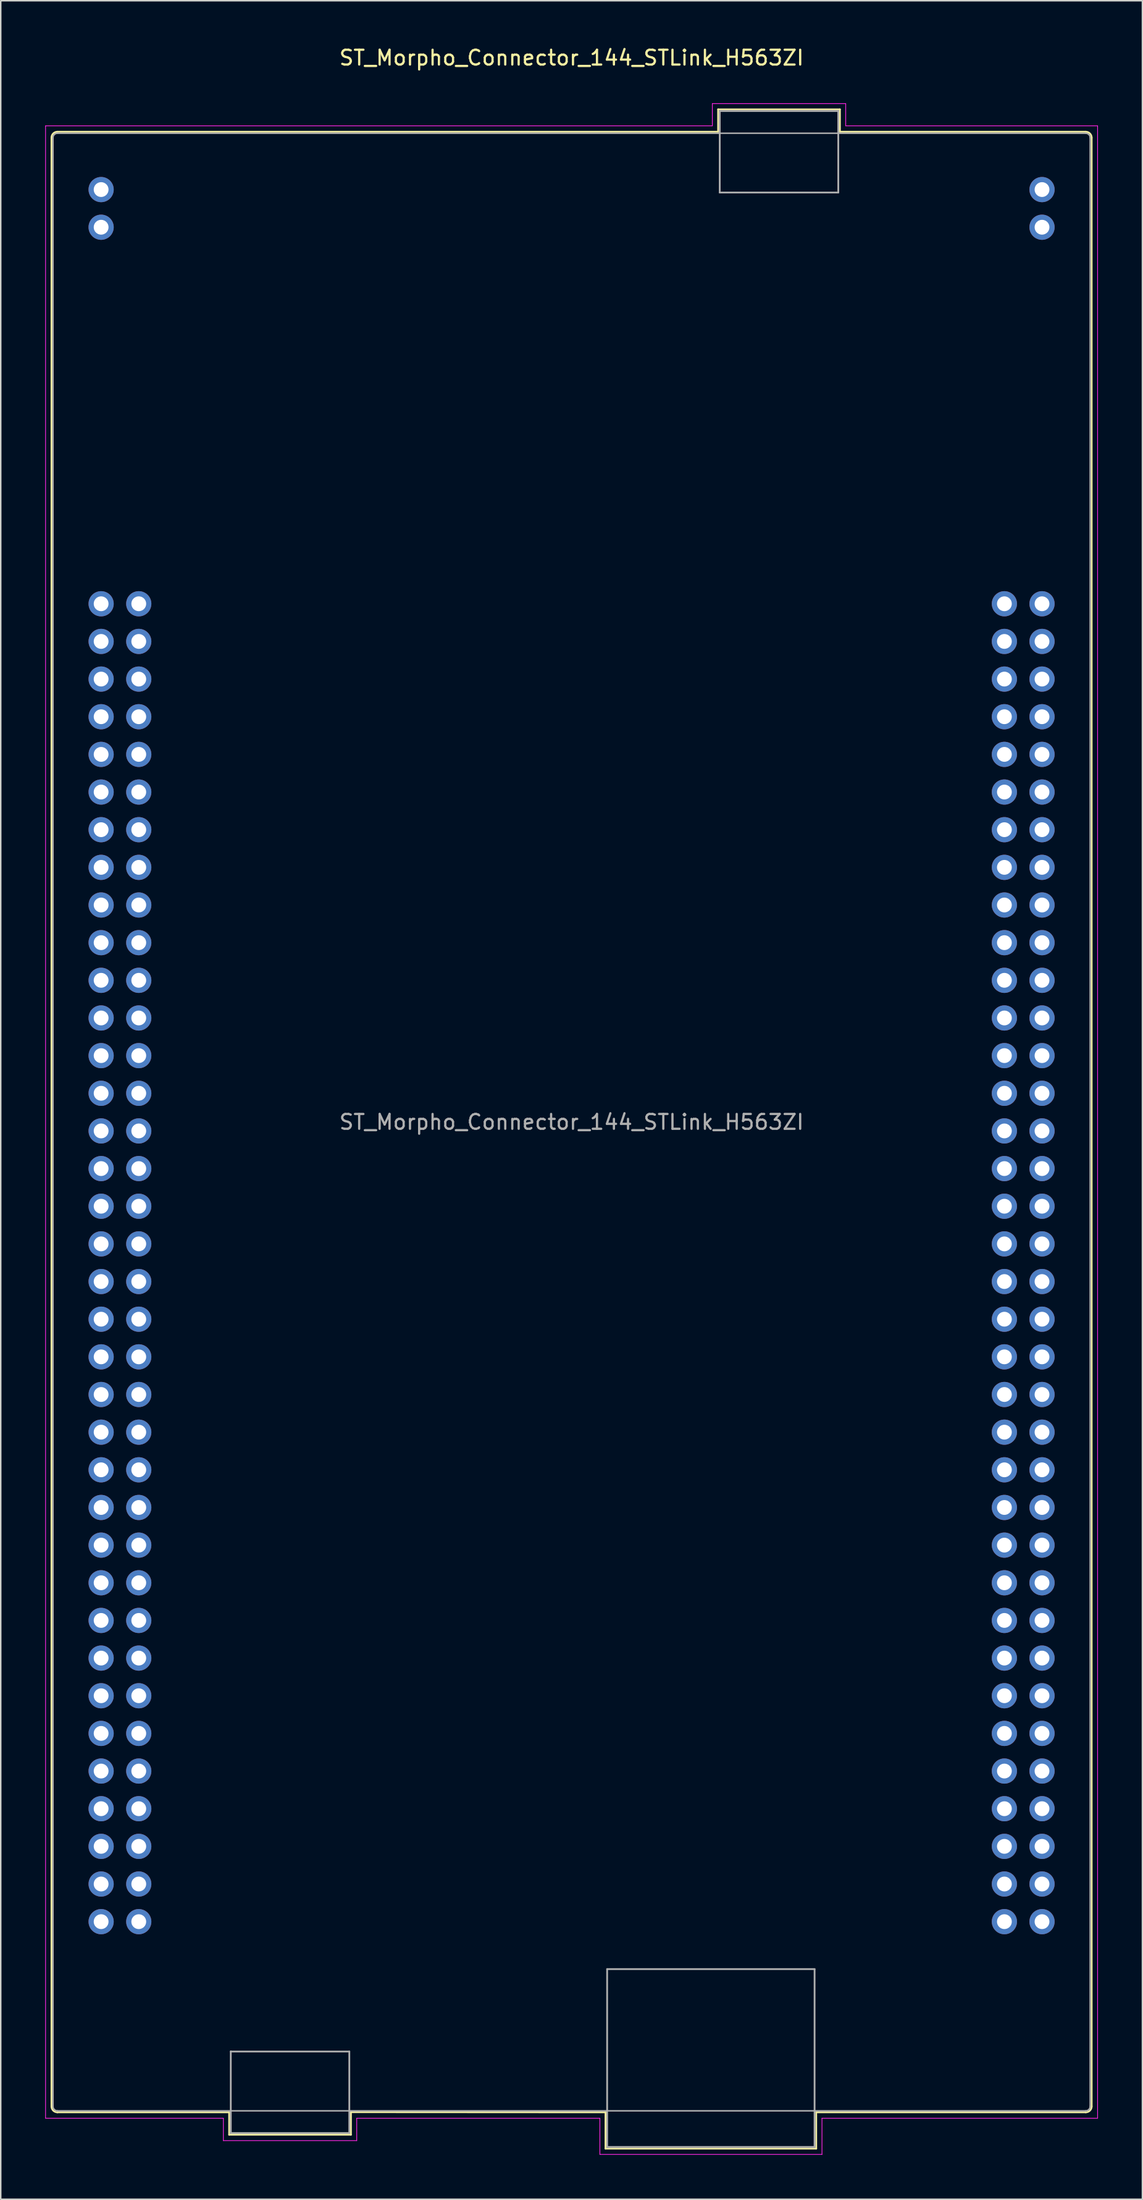
<source format=kicad_pcb>
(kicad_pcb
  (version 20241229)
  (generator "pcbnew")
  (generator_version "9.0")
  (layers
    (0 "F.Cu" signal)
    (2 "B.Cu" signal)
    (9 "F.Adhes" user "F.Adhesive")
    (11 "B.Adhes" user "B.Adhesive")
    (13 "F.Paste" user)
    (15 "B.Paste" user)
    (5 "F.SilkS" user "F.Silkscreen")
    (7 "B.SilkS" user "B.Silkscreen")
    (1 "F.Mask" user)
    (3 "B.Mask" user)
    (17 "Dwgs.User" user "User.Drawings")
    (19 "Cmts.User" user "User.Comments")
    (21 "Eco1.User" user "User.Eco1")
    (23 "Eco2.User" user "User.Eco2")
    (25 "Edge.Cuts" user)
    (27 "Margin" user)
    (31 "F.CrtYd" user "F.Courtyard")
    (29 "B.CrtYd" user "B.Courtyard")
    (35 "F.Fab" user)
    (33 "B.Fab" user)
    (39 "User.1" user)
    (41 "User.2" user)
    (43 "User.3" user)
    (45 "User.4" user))
  (footprint "ST_Morpho_Connector_144_STLink_H563ZI"
    (layer "F.Cu")
    (at 3.775 37.678)
    (property "Reference" "ST_Morpho_Connector_144_STLink_H563ZI" (at 31.75 -36.83 0) (layer "F.SilkS") (effects (font (size 1 1) (thickness 0.15))))
    (attr through_hole)
    (fp_line (start -3.35 -31.44) (end -3.35 101.36) (stroke (width 0.12) (type solid)) (layer "F.SilkS"))
    (fp_line (start 8.64 101.76) (end -2.95 101.76) (stroke (width 0.12) (type solid)) (layer "F.SilkS"))
    (fp_line (start 8.64 101.76) (end 8.64 103.27) (stroke (width 0.12) (type solid)) (layer "F.SilkS"))
    (fp_line (start 8.64 103.27) (end 16.86 103.27) (stroke (width 0.12) (type solid)) (layer "F.SilkS"))
    (fp_line (start 16.86 103.27) (end 16.86 101.75) (stroke (width 0.12) (type solid)) (layer "F.SilkS"))
    (fp_line (start 34.04 101.76) (end 16.86 101.75) (stroke (width 0.12) (type solid)) (layer "F.SilkS"))
    (fp_line (start 34.04 104.21) (end 34.04 101.76) (stroke (width 0.12) (type solid)) (layer "F.SilkS"))
    (fp_line (start 41.64 -33.35) (end 49.86 -33.35) (stroke (width 0.12) (type solid)) (layer "F.SilkS"))
    (fp_line (start 41.64 -31.84) (end -2.95 -31.84) (stroke (width 0.12) (type solid)) (layer "F.SilkS"))
    (fp_line (start 41.64 -31.84) (end 41.64 -33.35) (stroke (width 0.12) (type solid)) (layer "F.SilkS"))
    (fp_line (start 48.26 101.76) (end 48.26 104.21) (stroke (width 0.12) (type solid)) (layer "F.SilkS"))
    (fp_line (start 48.26 101.76) (end 66.45 101.76) (stroke (width 0.12) (type solid)) (layer "F.SilkS"))
    (fp_line (start 48.26 104.21) (end 34.04 104.21) (stroke (width 0.12) (type solid)) (layer "F.SilkS"))
    (fp_line (start 49.86 -33.35) (end 49.86 -31.84) (stroke (width 0.12) (type solid)) (layer "F.SilkS"))
    (fp_line (start 49.86 -31.84) (end 66.45 -31.84) (stroke (width 0.12) (type solid)) (layer "F.SilkS"))
    (fp_line (start 66.85 101.36) (end 66.85 -31.44) (stroke (width 0.12) (type solid)) (layer "F.SilkS"))
    (fp_arc (start -3.35 -31.44) (mid -3.232843 -31.722843) (end -2.95 -31.84) (stroke (width 0.12) (type solid)) (layer "F.SilkS"))
    (fp_arc (start -2.95 101.76) (mid -3.232843 101.642843) (end -3.35 101.36) (stroke (width 0.12) (type solid)) (layer "F.SilkS"))
    (fp_arc (start 66.45 -31.84) (mid 66.732843 -31.722843) (end 66.85 -31.44) (stroke (width 0.12) (type solid)) (layer "F.SilkS"))
    (fp_arc (start 66.85 101.36) (mid 66.732843 101.642843) (end 66.45 101.76) (stroke (width 0.12) (type solid)) (layer "F.SilkS"))
    (fp_line (start -3.75 -32.24) (end -3.75 102.16) (stroke (width 0.05) (type solid)) (layer "F.CrtYd"))
    (fp_line (start -3.75 102.16) (end 8.25 102.16) (stroke (width 0.05) (type solid)) (layer "F.CrtYd"))
    (fp_line (start 8.25 102.16) (end 8.25 103.67) (stroke (width 0.05) (type solid)) (layer "F.CrtYd"))
    (fp_line (start 8.25 103.67) (end 17.25 103.67) (stroke (width 0.05) (type solid)) (layer "F.CrtYd"))
    (fp_line (start 17.25 102.16) (end 17.25 103.67) (stroke (width 0.05) (type solid)) (layer "F.CrtYd"))
    (fp_line (start 17.25 102.16) (end 33.66 102.16) (stroke (width 0.05) (type solid)) (layer "F.CrtYd"))
    (fp_line (start 33.66 104.6) (end 33.66 102.16) (stroke (width 0.05) (type solid)) (layer "F.CrtYd"))
    (fp_line (start 33.66 104.6) (end 48.65 104.6) (stroke (width 0.05) (type solid)) (layer "F.CrtYd"))
    (fp_line (start 41.25 -33.74) (end 50.25 -33.74) (stroke (width 0.05) (type solid)) (layer "F.CrtYd"))
    (fp_line (start 41.25 -32.24) (end -3.75 -32.24) (stroke (width 0.05) (type solid)) (layer "F.CrtYd"))
    (fp_line (start 41.25 -32.24) (end 41.25 -33.74) (stroke (width 0.05) (type solid)) (layer "F.CrtYd"))
    (fp_line (start 48.65 102.16) (end 48.65 104.6) (stroke (width 0.05) (type solid)) (layer "F.CrtYd"))
    (fp_line (start 50.25 -32.24) (end 50.25 -33.74) (stroke (width 0.05) (type solid)) (layer "F.CrtYd"))
    (fp_line (start 50.25 -32.24) (end 67.25 -32.24) (stroke (width 0.05) (type solid)) (layer "F.CrtYd"))
    (fp_line (start 67.25 102.16) (end 48.65 102.16) (stroke (width 0.05) (type solid)) (layer "F.CrtYd"))
    (fp_line (start 67.25 102.16) (end 67.25 -32.24) (stroke (width 0.05) (type solid)) (layer "F.CrtYd"))
    (fp_line (start -3.25 101.36) (end -3.25 -31.44) (stroke (width 0.1) (type solid)) (layer "F.Fab"))
    (fp_line (start 8.75 97.66) (end 16.75 97.66) (stroke (width 0.12) (type solid)) (layer "F.Fab"))
    (fp_line (start 8.75 103.16) (end 8.75 97.65) (stroke (width 0.12) (type solid)) (layer "F.Fab"))
    (fp_line (start 8.75 103.16) (end 16.75 103.16) (stroke (width 0.12) (type solid)) (layer "F.Fab"))
    (fp_line (start 16.75 97.66) (end 16.75 103.16) (stroke (width 0.12) (type solid)) (layer "F.Fab"))
    (fp_line (start 34.15 92.1) (end 48.15 92.1) (stroke (width 0.12) (type solid)) (layer "F.Fab"))
    (fp_line (start 34.15 104.1) (end 34.15 92.1) (stroke (width 0.12) (type solid)) (layer "F.Fab"))
    (fp_line (start 34.15 104.1) (end 48.15 104.1) (stroke (width 0.12) (type solid)) (layer "F.Fab"))
    (fp_line (start 41.75 -33.24) (end 49.75 -33.24) (stroke (width 0.12) (type solid)) (layer "F.Fab"))
    (fp_line (start 41.75 -27.74) (end 41.75 -33.24) (stroke (width 0.12) (type solid)) (layer "F.Fab"))
    (fp_line (start 41.75 -27.74) (end 49.75 -27.74) (stroke (width 0.12) (type solid)) (layer "F.Fab"))
    (fp_line (start 48.15 104.1) (end 48.15 92.1) (stroke (width 0.12) (type solid)) (layer "F.Fab"))
    (fp_line (start 49.75 -33.24) (end 49.75 -27.74) (stroke (width 0.12) (type solid)) (layer "F.Fab"))
    (fp_line (start 66.45 -31.74) (end -2.95 -31.74) (stroke (width 0.1) (type solid)) (layer "F.Fab"))
    (fp_line (start 66.45 101.66) (end -2.95 101.66) (stroke (width 0.1) (type solid)) (layer "F.Fab"))
    (fp_line (start 66.75 101.36) (end 66.75 -31.44) (stroke (width 0.1) (type solid)) (layer "F.Fab"))
    (fp_arc (start -3.25 -31.44) (mid -3.162132 -31.652132) (end -2.95 -31.74) (stroke (width 0.1) (type solid)) (layer "F.Fab"))
    (fp_arc (start -2.95 101.66) (mid -3.162132 101.572132) (end -3.25 101.36) (stroke (width 0.1) (type solid)) (layer "F.Fab"))
    (fp_arc (start 66.45 -31.74) (mid 66.662132 -31.652132) (end 66.75 -31.44) (stroke (width 0.1) (type solid)) (layer "F.Fab"))
    (fp_arc (start 66.75 101.36) (mid 66.662132 101.572132) (end 66.45 101.66) (stroke (width 0.1) (type solid)) (layer "F.Fab"))
    (fp_text user "${REFERENCE}" (at 31.75 34.96 0) (layer "F.Fab") (effects (font (size 1 1) (thickness 0.15))))
    (pad "1" thru_hole circle (at 0 0) (size 1.7 1.7) (drill 1) (layers "*.Cu" "*.Mask"))
    (pad "2" thru_hole circle (at 2.54 0) (size 1.7 1.7) (drill 1) (layers "*.Cu" "*.Mask"))
    (pad "3" thru_hole circle (at 0 2.54) (size 1.7 1.7) (drill 1) (layers "*.Cu" "*.Mask"))
    (pad "4" thru_hole circle (at 2.54 2.54) (size 1.7 1.7) (drill 1) (layers "*.Cu" "*.Mask"))
    (pad "5" thru_hole circle (at 0 5.08) (size 1.7 1.7) (drill 1) (layers "*.Cu" "*.Mask"))
    (pad "6" thru_hole circle (at 2.54 5.08) (size 1.7 1.7) (drill 1) (layers "*.Cu" "*.Mask"))
    (pad "7" thru_hole circle (at 0 7.62) (size 1.7 1.7) (drill 1) (layers "*.Cu" "*.Mask"))
    (pad "8" thru_hole circle (at 2.54 7.62) (size 1.7 1.7) (drill 1) (layers "*.Cu" "*.Mask"))
    (pad "9" thru_hole circle (at 0 10.16) (size 1.7 1.7) (drill 1) (layers "*.Cu" "*.Mask"))
    (pad "10" thru_hole circle (at 2.54 10.16) (size 1.7 1.7) (drill 1) (layers "*.Cu" "*.Mask"))
    (pad "11" thru_hole circle (at 0 12.7) (size 1.7 1.7) (drill 1) (layers "*.Cu" "*.Mask"))
    (pad "12" thru_hole circle (at 2.54 12.7) (size 1.7 1.7) (drill 1) (layers "*.Cu" "*.Mask"))
    (pad "13" thru_hole circle (at 0 15.24) (size 1.7 1.7) (drill 1) (layers "*.Cu" "*.Mask"))
    (pad "14" thru_hole circle (at 2.54 15.24) (size 1.7 1.7) (drill 1) (layers "*.Cu" "*.Mask"))
    (pad "15" thru_hole circle (at 0 17.78) (size 1.7 1.7) (drill 1) (layers "*.Cu" "*.Mask"))
    (pad "16" thru_hole circle (at 2.54 17.78) (size 1.7 1.7) (drill 1) (layers "*.Cu" "*.Mask"))
    (pad "17" thru_hole circle (at 0 20.32) (size 1.7 1.7) (drill 1) (layers "*.Cu" "*.Mask"))
    (pad "18" thru_hole circle (at 2.54 20.32) (size 1.7 1.7) (drill 1) (layers "*.Cu" "*.Mask"))
    (pad "19" thru_hole circle (at 0 22.86) (size 1.7 1.7) (drill 1) (layers "*.Cu" "*.Mask"))
    (pad "20" thru_hole circle (at 2.54 22.86) (size 1.7 1.7) (drill 1) (layers "*.Cu" "*.Mask"))
    (pad "21" thru_hole circle (at 0 25.4) (size 1.7 1.7) (drill 1) (layers "*.Cu" "*.Mask"))
    (pad "22" thru_hole circle (at 2.54 25.4) (size 1.7 1.7) (drill 1) (layers "*.Cu" "*.Mask"))
    (pad "23" thru_hole circle (at 0 27.94) (size 1.7 1.7) (drill 1) (layers "*.Cu" "*.Mask"))
    (pad "24" thru_hole circle (at 2.54 27.94) (size 1.7 1.7) (drill 1) (layers "*.Cu" "*.Mask"))
    (pad "25" thru_hole circle (at 0 30.48) (size 1.7 1.7) (drill 1) (layers "*.Cu" "*.Mask"))
    (pad "26" thru_hole circle (at 2.54 30.48) (size 1.7 1.7) (drill 1) (layers "*.Cu" "*.Mask"))
    (pad "27" thru_hole circle (at 0 33.02) (size 1.7 1.7) (drill 1) (layers "*.Cu" "*.Mask"))
    (pad "28" thru_hole circle (at 2.54 33.02) (size 1.7 1.7) (drill 1) (layers "*.Cu" "*.Mask"))
    (pad "29" thru_hole circle (at 0 35.56) (size 1.7 1.7) (drill 1) (layers "*.Cu" "*.Mask"))
    (pad "30" thru_hole circle (at 2.54 35.56) (size 1.7 1.7) (drill 1) (layers "*.Cu" "*.Mask"))
    (pad "31" thru_hole circle (at 0 38.1) (size 1.7 1.7) (drill 1) (layers "*.Cu" "*.Mask"))
    (pad "32" thru_hole circle (at 2.54 38.1) (size 1.7 1.7) (drill 1) (layers "*.Cu" "*.Mask"))
    (pad "33" thru_hole circle (at 0 40.64) (size 1.7 1.7) (drill 1) (layers "*.Cu" "*.Mask"))
    (pad "34" thru_hole circle (at 2.54 40.64) (size 1.7 1.7) (drill 1) (layers "*.Cu" "*.Mask"))
    (pad "35" thru_hole circle (at 0 43.18) (size 1.7 1.7) (drill 1) (layers "*.Cu" "*.Mask"))
    (pad "36" thru_hole circle (at 2.54 43.18) (size 1.7 1.7) (drill 1) (layers "*.Cu" "*.Mask"))
    (pad "37" thru_hole circle (at 0 45.72) (size 1.7 1.7) (drill 1) (layers "*.Cu" "*.Mask"))
    (pad "38" thru_hole circle (at 2.54 45.72) (size 1.7 1.7) (drill 1) (layers "*.Cu" "*.Mask"))
    (pad "39" thru_hole circle (at 0 48.26) (size 1.7 1.7) (drill 1) (layers "*.Cu" "*.Mask"))
    (pad "40" thru_hole circle (at 2.54 48.26) (size 1.7 1.7) (drill 1) (layers "*.Cu" "*.Mask"))
    (pad "41" thru_hole circle (at 0 50.8) (size 1.7 1.7) (drill 1) (layers "*.Cu" "*.Mask"))
    (pad "42" thru_hole circle (at 2.54 50.8) (size 1.7 1.7) (drill 1) (layers "*.Cu" "*.Mask"))
    (pad "43" thru_hole circle (at 0 53.34) (size 1.7 1.7) (drill 1) (layers "*.Cu" "*.Mask"))
    (pad "44" thru_hole circle (at 2.54 53.34) (size 1.7 1.7) (drill 1) (layers "*.Cu" "*.Mask"))
    (pad "45" thru_hole circle (at 0 55.88) (size 1.7 1.7) (drill 1) (layers "*.Cu" "*.Mask"))
    (pad "46" thru_hole circle (at 2.54 55.88) (size 1.7 1.7) (drill 1) (layers "*.Cu" "*.Mask"))
    (pad "47" thru_hole circle (at 0 58.42) (size 1.7 1.7) (drill 1) (layers "*.Cu" "*.Mask"))
    (pad "48" thru_hole circle (at 2.54 58.42) (size 1.7 1.7) (drill 1) (layers "*.Cu" "*.Mask"))
    (pad "49" thru_hole circle (at 0 60.96) (size 1.7 1.7) (drill 1) (layers "*.Cu" "*.Mask"))
    (pad "50" thru_hole circle (at 2.54 60.96) (size 1.7 1.7) (drill 1) (layers "*.Cu" "*.Mask"))
    (pad "51" thru_hole circle (at 0 63.5) (size 1.7 1.7) (drill 1) (layers "*.Cu" "*.Mask"))
    (pad "52" thru_hole circle (at 2.54 63.5) (size 1.7 1.7) (drill 1) (layers "*.Cu" "*.Mask"))
    (pad "53" thru_hole circle (at 0 66.04) (size 1.7 1.7) (drill 1) (layers "*.Cu" "*.Mask"))
    (pad "54" thru_hole circle (at 2.54 66.04) (size 1.7 1.7) (drill 1) (layers "*.Cu" "*.Mask"))
    (pad "55" thru_hole circle (at 0 68.58) (size 1.7 1.7) (drill 1) (layers "*.Cu" "*.Mask"))
    (pad "56" thru_hole circle (at 2.54 68.58) (size 1.7 1.7) (drill 1) (layers "*.Cu" "*.Mask"))
    (pad "57" thru_hole circle (at 0 71.12) (size 1.7 1.7) (drill 1) (layers "*.Cu" "*.Mask"))
    (pad "58" thru_hole circle (at 2.54 71.12) (size 1.7 1.7) (drill 1) (layers "*.Cu" "*.Mask"))
    (pad "59" thru_hole circle (at 0 73.66) (size 1.7 1.7) (drill 1) (layers "*.Cu" "*.Mask"))
    (pad "60" thru_hole circle (at 2.54 73.66) (size 1.7 1.7) (drill 1) (layers "*.Cu" "*.Mask"))
    (pad "61" thru_hole circle (at 0 76.2) (size 1.7 1.7) (drill 1) (layers "*.Cu" "*.Mask"))
    (pad "62" thru_hole circle (at 2.54 76.2) (size 1.7 1.7) (drill 1) (layers "*.Cu" "*.Mask"))
    (pad "63" thru_hole circle (at 0 78.74) (size 1.7 1.7) (drill 1) (layers "*.Cu" "*.Mask"))
    (pad "64" thru_hole circle (at 2.54 78.74) (size 1.7 1.7) (drill 1) (layers "*.Cu" "*.Mask"))
    (pad "65" thru_hole circle (at 0 81.28) (size 1.7 1.7) (drill 1) (layers "*.Cu" "*.Mask"))
    (pad "66" thru_hole circle (at 2.54 81.28) (size 1.7 1.7) (drill 1) (layers "*.Cu" "*.Mask"))
    (pad "67" thru_hole circle (at 0 83.82) (size 1.7 1.7) (drill 1) (layers "*.Cu" "*.Mask"))
    (pad "68" thru_hole circle (at 2.54 83.82) (size 1.7 1.7) (drill 1) (layers "*.Cu" "*.Mask"))
    (pad "69" thru_hole circle (at 0 86.36) (size 1.7 1.7) (drill 1) (layers "*.Cu" "*.Mask"))
    (pad "70" thru_hole circle (at 2.54 86.36) (size 1.7 1.7) (drill 1) (layers "*.Cu" "*.Mask"))
    (pad "71" thru_hole circle (at 0 88.9) (size 1.7 1.7) (drill 1) (layers "*.Cu" "*.Mask"))
    (pad "72" thru_hole circle (at 2.54 88.9) (size 1.7 1.7) (drill 1) (layers "*.Cu" "*.Mask"))
    (pad "73" thru_hole circle (at 60.96 0) (size 1.7 1.7) (drill 1) (layers "*.Cu" "*.Mask"))
    (pad "74" thru_hole circle (at 63.5 0) (size 1.7 1.7) (drill 1) (layers "*.Cu" "*.Mask"))
    (pad "75" thru_hole circle (at 60.96 2.54) (size 1.7 1.7) (drill 1) (layers "*.Cu" "*.Mask"))
    (pad "76" thru_hole circle (at 63.5 2.54) (size 1.7 1.7) (drill 1) (layers "*.Cu" "*.Mask"))
    (pad "77" thru_hole circle (at 60.96 5.08) (size 1.7 1.7) (drill 1) (layers "*.Cu" "*.Mask"))
    (pad "78" thru_hole circle (at 63.5 5.08) (size 1.7 1.7) (drill 1) (layers "*.Cu" "*.Mask"))
    (pad "79" thru_hole circle (at 60.96 7.62) (size 1.7 1.7) (drill 1) (layers "*.Cu" "*.Mask"))
    (pad "80" thru_hole circle (at 63.5 7.62) (size 1.7 1.7) (drill 1) (layers "*.Cu" "*.Mask"))
    (pad "81" thru_hole circle (at 60.96 10.16) (size 1.7 1.7) (drill 1) (layers "*.Cu" "*.Mask"))
    (pad "82" thru_hole circle (at 63.5 10.16) (size 1.7 1.7) (drill 1) (layers "*.Cu" "*.Mask"))
    (pad "83" thru_hole circle (at 60.96 12.7) (size 1.7 1.7) (drill 1) (layers "*.Cu" "*.Mask"))
    (pad "84" thru_hole circle (at 63.5 12.7) (size 1.7 1.7) (drill 1) (layers "*.Cu" "*.Mask"))
    (pad "85" thru_hole circle (at 60.96 15.24) (size 1.7 1.7) (drill 1) (layers "*.Cu" "*.Mask"))
    (pad "86" thru_hole circle (at 63.5 15.24) (size 1.7 1.7) (drill 1) (layers "*.Cu" "*.Mask"))
    (pad "87" thru_hole circle (at 60.96 17.78) (size 1.7 1.7) (drill 1) (layers "*.Cu" "*.Mask"))
    (pad "88" thru_hole circle (at 63.5 17.78) (size 1.7 1.7) (drill 1) (layers "*.Cu" "*.Mask"))
    (pad "89" thru_hole circle (at 60.96 20.32) (size 1.7 1.7) (drill 1) (layers "*.Cu" "*.Mask"))
    (pad "90" thru_hole circle (at 63.5 20.32) (size 1.7 1.7) (drill 1) (layers "*.Cu" "*.Mask"))
    (pad "91" thru_hole circle (at 60.96 22.86) (size 1.7 1.7) (drill 1) (layers "*.Cu" "*.Mask"))
    (pad "92" thru_hole circle (at 63.5 22.86) (size 1.7 1.7) (drill 1) (layers "*.Cu" "*.Mask"))
    (pad "93" thru_hole circle (at 60.96 25.4) (size 1.7 1.7) (drill 1) (layers "*.Cu" "*.Mask"))
    (pad "94" thru_hole circle (at 63.5 25.4) (size 1.7 1.7) (drill 1) (layers "*.Cu" "*.Mask"))
    (pad "95" thru_hole circle (at 60.96 27.94) (size 1.7 1.7) (drill 1) (layers "*.Cu" "*.Mask"))
    (pad "96" thru_hole circle (at 63.5 27.94) (size 1.7 1.7) (drill 1) (layers "*.Cu" "*.Mask"))
    (pad "97" thru_hole circle (at 60.96 30.48) (size 1.7 1.7) (drill 1) (layers "*.Cu" "*.Mask"))
    (pad "98" thru_hole circle (at 63.5 30.48) (size 1.7 1.7) (drill 1) (layers "*.Cu" "*.Mask"))
    (pad "99" thru_hole circle (at 60.96 33.02) (size 1.7 1.7) (drill 1) (layers "*.Cu" "*.Mask"))
    (pad "100" thru_hole circle (at 63.5 33.02) (size 1.7 1.7) (drill 1) (layers "*.Cu" "*.Mask"))
    (pad "101" thru_hole circle (at 60.96 35.56) (size 1.7 1.7) (drill 1) (layers "*.Cu" "*.Mask"))
    (pad "102" thru_hole circle (at 63.5 35.56) (size 1.7 1.7) (drill 1) (layers "*.Cu" "*.Mask"))
    (pad "103" thru_hole circle (at 60.96 38.1) (size 1.7 1.7) (drill 1) (layers "*.Cu" "*.Mask"))
    (pad "104" thru_hole circle (at 63.5 38.1) (size 1.7 1.7) (drill 1) (layers "*.Cu" "*.Mask"))
    (pad "105" thru_hole circle (at 60.96 40.64) (size 1.7 1.7) (drill 1) (layers "*.Cu" "*.Mask"))
    (pad "106" thru_hole circle (at 63.5 40.64) (size 1.7 1.7) (drill 1) (layers "*.Cu" "*.Mask"))
    (pad "107" thru_hole circle (at 60.96 43.18) (size 1.7 1.7) (drill 1) (layers "*.Cu" "*.Mask"))
    (pad "108" thru_hole circle (at 63.5 43.18) (size 1.7 1.7) (drill 1) (layers "*.Cu" "*.Mask"))
    (pad "109" thru_hole circle (at 60.96 45.72) (size 1.7 1.7) (drill 1) (layers "*.Cu" "*.Mask"))
    (pad "110" thru_hole circle (at 63.5 45.72) (size 1.7 1.7) (drill 1) (layers "*.Cu" "*.Mask"))
    (pad "111" thru_hole circle (at 60.96 48.26) (size 1.7 1.7) (drill 1) (layers "*.Cu" "*.Mask"))
    (pad "112" thru_hole circle (at 63.5 48.26) (size 1.7 1.7) (drill 1) (layers "*.Cu" "*.Mask"))
    (pad "113" thru_hole circle (at 60.96 50.8) (size 1.7 1.7) (drill 1) (layers "*.Cu" "*.Mask"))
    (pad "114" thru_hole circle (at 63.5 50.8) (size 1.7 1.7) (drill 1) (layers "*.Cu" "*.Mask"))
    (pad "115" thru_hole circle (at 60.96 53.34) (size 1.7 1.7) (drill 1) (layers "*.Cu" "*.Mask"))
    (pad "116" thru_hole circle (at 63.5 53.34) (size 1.7 1.7) (drill 1) (layers "*.Cu" "*.Mask"))
    (pad "117" thru_hole circle (at 60.96 55.88) (size 1.7 1.7) (drill 1) (layers "*.Cu" "*.Mask"))
    (pad "118" thru_hole circle (at 63.5 55.88) (size 1.7 1.7) (drill 1) (layers "*.Cu" "*.Mask"))
    (pad "119" thru_hole circle (at 60.96 58.42) (size 1.7 1.7) (drill 1) (layers "*.Cu" "*.Mask"))
    (pad "120" thru_hole circle (at 63.5 58.42) (size 1.7 1.7) (drill 1) (layers "*.Cu" "*.Mask"))
    (pad "121" thru_hole circle (at 60.96 60.96) (size 1.7 1.7) (drill 1) (layers "*.Cu" "*.Mask"))
    (pad "122" thru_hole circle (at 63.5 60.96) (size 1.7 1.7) (drill 1) (layers "*.Cu" "*.Mask"))
    (pad "123" thru_hole circle (at 60.96 63.5) (size 1.7 1.7) (drill 1) (layers "*.Cu" "*.Mask"))
    (pad "124" thru_hole circle (at 63.5 63.5) (size 1.7 1.7) (drill 1) (layers "*.Cu" "*.Mask"))
    (pad "125" thru_hole circle (at 60.96 66.04) (size 1.7 1.7) (drill 1) (layers "*.Cu" "*.Mask"))
    (pad "126" thru_hole circle (at 63.5 66.04) (size 1.7 1.7) (drill 1) (layers "*.Cu" "*.Mask"))
    (pad "127" thru_hole circle (at 60.96 68.58) (size 1.7 1.7) (drill 1) (layers "*.Cu" "*.Mask"))
    (pad "128" thru_hole circle (at 63.5 68.58) (size 1.7 1.7) (drill 1) (layers "*.Cu" "*.Mask"))
    (pad "129" thru_hole circle (at 60.96 71.12) (size 1.7 1.7) (drill 1) (layers "*.Cu" "*.Mask"))
    (pad "130" thru_hole circle (at 63.5 71.12) (size 1.7 1.7) (drill 1) (layers "*.Cu" "*.Mask"))
    (pad "131" thru_hole circle (at 60.96 73.66) (size 1.7 1.7) (drill 1) (layers "*.Cu" "*.Mask"))
    (pad "132" thru_hole circle (at 63.5 73.66) (size 1.7 1.7) (drill 1) (layers "*.Cu" "*.Mask"))
    (pad "133" thru_hole circle (at 60.96 76.2) (size 1.7 1.7) (drill 1) (layers "*.Cu" "*.Mask"))
    (pad "134" thru_hole circle (at 63.5 76.2) (size 1.7 1.7) (drill 1) (layers "*.Cu" "*.Mask"))
    (pad "135" thru_hole circle (at 60.96 78.74) (size 1.7 1.7) (drill 1) (layers "*.Cu" "*.Mask"))
    (pad "136" thru_hole circle (at 63.5 78.74) (size 1.7 1.7) (drill 1) (layers "*.Cu" "*.Mask"))
    (pad "137" thru_hole circle (at 60.96 81.28) (size 1.7 1.7) (drill 1) (layers "*.Cu" "*.Mask"))
    (pad "138" thru_hole circle (at 63.5 81.28) (size 1.7 1.7) (drill 1) (layers "*.Cu" "*.Mask"))
    (pad "139" thru_hole circle (at 60.96 83.82) (size 1.7 1.7) (drill 1) (layers "*.Cu" "*.Mask"))
    (pad "140" thru_hole circle (at 63.5 83.82) (size 1.7 1.7) (drill 1) (layers "*.Cu" "*.Mask"))
    (pad "141" thru_hole circle (at 60.96 86.36) (size 1.7 1.7) (drill 1) (layers "*.Cu" "*.Mask"))
    (pad "142" thru_hole circle (at 63.5 86.36) (size 1.7 1.7) (drill 1) (layers "*.Cu" "*.Mask"))
    (pad "143" thru_hole circle (at 60.96 88.9) (size 1.7 1.7) (drill 1) (layers "*.Cu" "*.Mask"))
    (pad "144" thru_hole circle (at 63.5 88.9) (size 1.7 1.7) (drill 1) (layers "*.Cu" "*.Mask"))
    (pad "145" thru_hole circle (at 0 -27.94) (size 1.7 1.7) (drill 1) (layers "*.Cu" "*.Mask"))
    (pad "146" thru_hole circle (at 0 -25.4) (size 1.7 1.7) (drill 1) (layers "*.Cu" "*.Mask"))
    (pad "147" thru_hole circle (at 63.5 -27.94) (size 1.7 1.7) (drill 1) (layers "*.Cu" "*.Mask"))
    (pad "148" thru_hole circle (at 63.5 -25.4) (size 1.7 1.7) (drill 1) (layers "*.Cu" "*.Mask")))
  (gr_rect
    (start -3 -3)
    (end 74.05 145.303)
    (stroke (width 0.1) (type default))
    (fill no)
    (layer "Edge.Cuts")))
</source>
